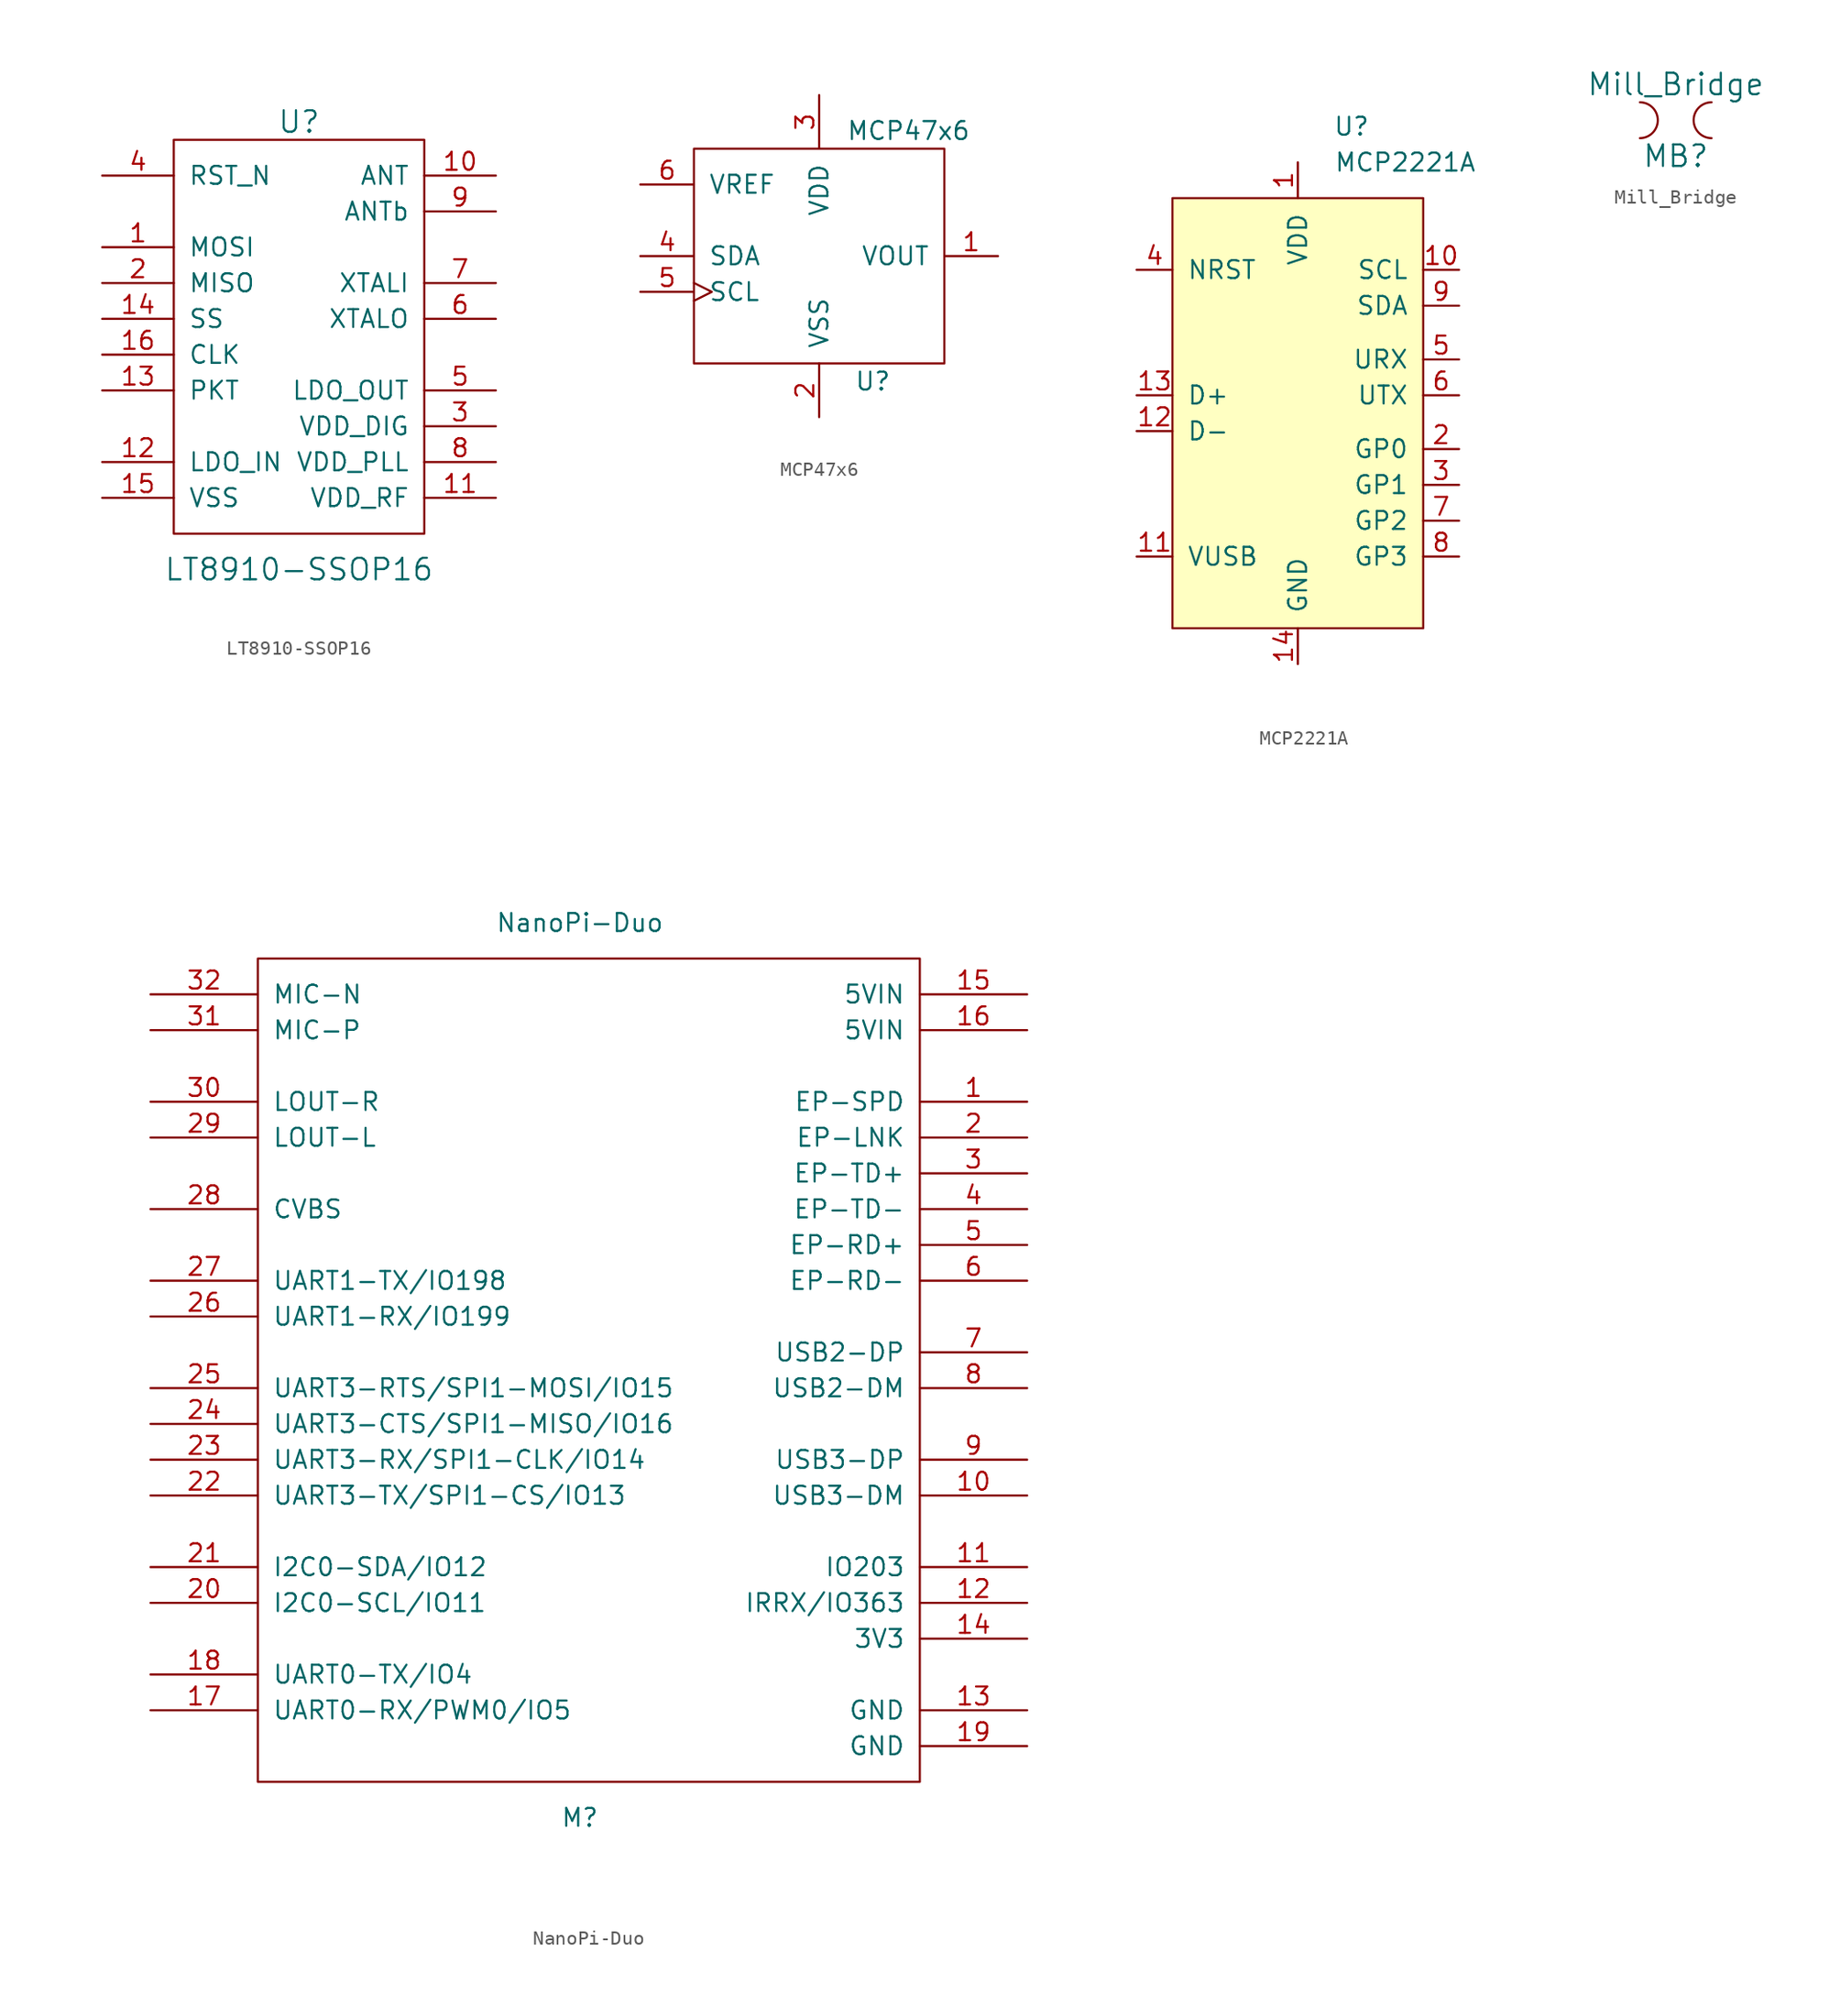
<source format=kicad_sym>
(kicad_symbol_lib
  (version 20211014)
  (generator kicad_symbol_editor)
  (symbol "Drake:LT8910-SSOP16"
    (pin_names
      (offset 1.016))
    (property "Reference" "U"
      (at 0 15.24 0)
      (effects (font (size 1.524 1.524))))
    (property "Value" "LT8910-SSOP16"
      (at 0 -16.51 0)
      (effects (font (size 1.524 1.524))))
    (property "Footprint" ""
      (at -1.27 -2.54 0)
      (effects (font (size 1.524 1.524))))
    (property "Datasheet" ""
      (at -1.27 -2.54 0)
      (effects (font (size 1.524 1.524))))
    (symbol "LT8910-SSOP16_0_1"
      (rectangle (start -8.89 13.97) (end 8.89 -13.97) (stroke (width 0) (type default) (color 0 0 0 0)) (fill (type none))))
    (symbol "LT8910-SSOP16_1_1"
      (pin input line (at -13.97 6.35 0) (length 5.08) (name "MOSI" (effects (font (size 1.27 1.27)))) (number "1" (effects (font (size 1.27 1.27)))))
      (pin output line (at 13.97 11.43 180) (length 5.08) (name "ANT" (effects (font (size 1.27 1.27)))) (number "10" (effects (font (size 1.27 1.27)))))
      (pin power_in line (at 13.97 -11.43 180) (length 5.08) (name "VDD_RF" (effects (font (size 1.27 1.27)))) (number "11" (effects (font (size 1.27 1.27)))))
      (pin power_in line (at -13.97 -8.89 0) (length 5.08) (name "LDO_IN" (effects (font (size 1.27 1.27)))) (number "12" (effects (font (size 1.27 1.27)))))
      (pin output line (at -13.97 -3.81 0) (length 5.08) (name "PKT" (effects (font (size 1.27 1.27)))) (number "13" (effects (font (size 1.27 1.27)))))
      (pin input line (at -13.97 1.27 0) (length 5.08) (name "SS" (effects (font (size 1.27 1.27)))) (number "14" (effects (font (size 1.27 1.27)))))
      (pin power_in line (at -13.97 -11.43 0) (length 5.08) (name "VSS" (effects (font (size 1.27 1.27)))) (number "15" (effects (font (size 1.27 1.27)))))
      (pin input line (at -13.97 -1.27 0) (length 5.08) (name "CLK" (effects (font (size 1.27 1.27)))) (number "16" (effects (font (size 1.27 1.27)))))
      (pin output line (at -13.97 3.81 0) (length 5.08) (name "MISO" (effects (font (size 1.27 1.27)))) (number "2" (effects (font (size 1.27 1.27)))))
      (pin power_in line (at 13.97 -6.35 180) (length 5.08) (name "VDD_DIG" (effects (font (size 1.27 1.27)))) (number "3" (effects (font (size 1.27 1.27)))))
      (pin input line (at -13.97 11.43 0) (length 5.08) (name "RST_N" (effects (font (size 1.27 1.27)))) (number "4" (effects (font (size 1.27 1.27)))))
      (pin power_out line (at 13.97 -3.81 180) (length 5.08) (name "LDO_OUT" (effects (font (size 1.27 1.27)))) (number "5" (effects (font (size 1.27 1.27)))))
      (pin bidirectional line (at 13.97 1.27 180) (length 5.08) (name "XTALO" (effects (font (size 1.27 1.27)))) (number "6" (effects (font (size 1.27 1.27)))))
      (pin bidirectional line (at 13.97 3.81 180) (length 5.08) (name "XTALI" (effects (font (size 1.27 1.27)))) (number "7" (effects (font (size 1.27 1.27)))))
      (pin power_in line (at 13.97 -8.89 180) (length 5.08) (name "VDD_PLL" (effects (font (size 1.27 1.27)))) (number "8" (effects (font (size 1.27 1.27)))))
      (pin output line (at 13.97 8.89 180) (length 5.08) (name "ANTb" (effects (font (size 1.27 1.27)))) (number "9" (effects (font (size 1.27 1.27)))))))
  (symbol "Drake:MCP47x6"
    (pin_names
      (offset 1.016))
    (property "Reference" "U"
      (at 3.81 -8.89 0)
      (effects (font (size 1.27 1.27))))
    (property "Value" "MCP47x6"
      (at 6.35 8.89 0)
      (effects (font (size 1.27 1.27))))
    (symbol "MCP47x6_1_0"
      (rectangle (start -8.89 -7.62) (end 8.89 7.62) (stroke (width 0) (type default) (color 0 0 0 0)) (fill (type none))))
    (symbol "MCP47x6_1_1"
      (pin output line (at 12.7 0 180) (length 3.81) (name "VOUT" (effects (font (size 1.27 1.27)))) (number "1" (effects (font (size 1.27 1.27)))))
      (pin power_in line (at 0 -11.43 90) (length 3.81) (name "VSS" (effects (font (size 1.27 1.27)))) (number "2" (effects (font (size 1.27 1.27)))))
      (pin power_in line (at 0 11.43 270) (length 3.81) (name "VDD" (effects (font (size 1.27 1.27)))) (number "3" (effects (font (size 1.27 1.27)))))
      (pin bidirectional line (at -12.7 0 0) (length 3.81) (name "SDA" (effects (font (size 1.27 1.27)))) (number "4" (effects (font (size 1.27 1.27)))))
      (pin bidirectional clock (at -12.7 -2.54 0) (length 3.81) (name "SCL" (effects (font (size 1.27 1.27)))) (number "5" (effects (font (size 1.27 1.27)))))
      (pin input line (at -12.7 5.08 0) (length 3.81) (name "VREF" (effects (font (size 1.27 1.27)))) (number "6" (effects (font (size 1.27 1.27)))))))
  (symbol "Drake:MCP2221A"
    (pin_names
      (offset 1.016))
    (property "Reference" "U"
      (at 3.81 20.32 0)
      (effects (font (size 1.27 1.27))))
    (property "Value" "MCP2221A"
      (at 7.62 17.78 0)
      (effects (font (size 1.27 1.27))))
    (symbol "MCP2221A_0_0"
      (pin power_in line (at 0 17.78 270) (length 2.54) (name "VDD" (effects (font (size 1.27 1.27)))) (number "1" (effects (font (size 1.27 1.27)))))
      (pin output line (at 11.43 10.16 180) (length 2.54) (name "SCL" (effects (font (size 1.27 1.27)))) (number "10" (effects (font (size 1.27 1.27)))))
      (pin bidirectional line (at -11.43 -10.16 0) (length 2.54) (name "VUSB" (effects (font (size 1.27 1.27)))) (number "11" (effects (font (size 1.27 1.27)))))
      (pin bidirectional line (at -11.43 -1.27 0) (length 2.54) (name "D-" (effects (font (size 1.27 1.27)))) (number "12" (effects (font (size 1.27 1.27)))))
      (pin bidirectional line (at -11.43 1.27 0) (length 2.54) (name "D+" (effects (font (size 1.27 1.27)))) (number "13" (effects (font (size 1.27 1.27)))))
      (pin power_in line (at 0 -17.78 90) (length 2.54) (name "GND" (effects (font (size 1.27 1.27)))) (number "14" (effects (font (size 1.27 1.27)))))
      (pin bidirectional line (at 11.43 -2.54 180) (length 2.54) (name "GP0" (effects (font (size 1.27 1.27)))) (number "2" (effects (font (size 1.27 1.27)))))
      (pin bidirectional line (at 11.43 -5.08 180) (length 2.54) (name "GP1" (effects (font (size 1.27 1.27)))) (number "3" (effects (font (size 1.27 1.27)))))
      (pin input line (at -11.43 10.16 0) (length 2.54) (name "NRST" (effects (font (size 1.27 1.27)))) (number "4" (effects (font (size 1.27 1.27)))))
      (pin input line (at 11.43 3.81 180) (length 2.54) (name "URX" (effects (font (size 1.27 1.27)))) (number "5" (effects (font (size 1.27 1.27)))))
      (pin output line (at 11.43 1.27 180) (length 2.54) (name "UTX" (effects (font (size 1.27 1.27)))) (number "6" (effects (font (size 1.27 1.27)))))
      (pin bidirectional line (at 11.43 -7.62 180) (length 2.54) (name "GP2" (effects (font (size 1.27 1.27)))) (number "7" (effects (font (size 1.27 1.27)))))
      (pin bidirectional line (at 11.43 -10.16 180) (length 2.54) (name "GP3" (effects (font (size 1.27 1.27)))) (number "8" (effects (font (size 1.27 1.27)))))
      (pin bidirectional line (at 11.43 7.62 180) (length 2.54) (name "SDA" (effects (font (size 1.27 1.27)))) (number "9" (effects (font (size 1.27 1.27))))))
    (symbol "MCP2221A_0_1"
      (rectangle (start -8.89 15.24) (end 8.89 -15.24) (stroke (width 0) (type default) (color 0 0 0 0)) (fill (type background)))))
  (symbol "Drake:Mill_Bridge"
    (pin_names
      (offset 1.016))
    (property "Reference" "MB"
      (at 0 -2.54 0)
      (effects (font (size 1.524 1.524))))
    (property "Value" "Mill_Bridge"
      (at 0 2.54 0)
      (effects (font (size 1.524 1.524))))
    (symbol "Mill_Bridge_0_1"
      (arc (start -2.54 -1.27) (mid -1.27 0) (end -2.54 1.27) (stroke (width 0) (type default) (color 0 0 0 0)) (fill (type none)))
      (arc (start 2.54 1.27) (mid 1.27 0) (end 2.54 -1.27) (stroke (width 0) (type default) (color 0 0 0 0)) (fill (type none)))))
  (symbol "Drake:NanoPi-Duo"
    (pin_names
      (offset 1.016))
    (property "Reference" "M"
      (at 0 -33.02 0)
      (effects (font (size 1.27 1.27))))
    (property "Value" "NanoPi-Duo"
      (at 0 30.48 0)
      (effects (font (size 1.27 1.27))))
    (symbol "NanoPi-Duo_1_0"
      (rectangle (start -22.86 -30.48) (end 24.13 27.94) (stroke (width 0) (type default) (color 0 0 0 0)) (fill (type none))))
    (symbol "NanoPi-Duo_1_1"
      (pin bidirectional line (at 31.75 17.78 180) (length 7.62) (name "EP-SPD" (effects (font (size 1.27 1.27)))) (number "1" (effects (font (size 1.27 1.27)))))
      (pin bidirectional line (at 31.75 -10.16 180) (length 7.62) (name "USB3-DM" (effects (font (size 1.27 1.27)))) (number "10" (effects (font (size 1.27 1.27)))))
      (pin bidirectional line (at 31.75 -15.24 180) (length 7.62) (name "IO203" (effects (font (size 1.27 1.27)))) (number "11" (effects (font (size 1.27 1.27)))))
      (pin bidirectional line (at 31.75 -17.78 180) (length 7.62) (name "IRRX/IO363" (effects (font (size 1.27 1.27)))) (number "12" (effects (font (size 1.27 1.27)))))
      (pin bidirectional line (at 31.75 -25.4 180) (length 7.62) (name "GND" (effects (font (size 1.27 1.27)))) (number "13" (effects (font (size 1.27 1.27)))))
      (pin bidirectional line (at 31.75 -20.32 180) (length 7.62) (name "3V3" (effects (font (size 1.27 1.27)))) (number "14" (effects (font (size 1.27 1.27)))))
      (pin bidirectional line (at 31.75 25.4 180) (length 7.62) (name "5VIN" (effects (font (size 1.27 1.27)))) (number "15" (effects (font (size 1.27 1.27)))))
      (pin bidirectional line (at 31.75 22.86 180) (length 7.62) (name "5VIN" (effects (font (size 1.27 1.27)))) (number "16" (effects (font (size 1.27 1.27)))))
      (pin bidirectional line (at -30.48 -25.4 0) (length 7.62) (name "UART0-RX/PWM0/IO5" (effects (font (size 1.27 1.27)))) (number "17" (effects (font (size 1.27 1.27)))))
      (pin bidirectional line (at -30.48 -22.86 0) (length 7.62) (name "UART0-TX/IO4" (effects (font (size 1.27 1.27)))) (number "18" (effects (font (size 1.27 1.27)))))
      (pin bidirectional line (at 31.75 -27.94 180) (length 7.62) (name "GND" (effects (font (size 1.27 1.27)))) (number "19" (effects (font (size 1.27 1.27)))))
      (pin bidirectional line (at 31.75 15.24 180) (length 7.62) (name "EP-LNK" (effects (font (size 1.27 1.27)))) (number "2" (effects (font (size 1.27 1.27)))))
      (pin bidirectional line (at -30.48 -17.78 0) (length 7.62) (name "I2C0-SCL/IO11" (effects (font (size 1.27 1.27)))) (number "20" (effects (font (size 1.27 1.27)))))
      (pin bidirectional line (at -30.48 -15.24 0) (length 7.62) (name "I2C0-SDA/IO12" (effects (font (size 1.27 1.27)))) (number "21" (effects (font (size 1.27 1.27)))))
      (pin bidirectional line (at -30.48 -10.16 0) (length 7.62) (name "UART3-TX/SPI1-CS/IO13" (effects (font (size 1.27 1.27)))) (number "22" (effects (font (size 1.27 1.27)))))
      (pin bidirectional line (at -30.48 -7.62 0) (length 7.62) (name "UART3-RX/SPI1-CLK/IO14" (effects (font (size 1.27 1.27)))) (number "23" (effects (font (size 1.27 1.27)))))
      (pin bidirectional line (at -30.48 -5.08 0) (length 7.62) (name "UART3-CTS/SPI1-MISO/IO16" (effects (font (size 1.27 1.27)))) (number "24" (effects (font (size 1.27 1.27)))))
      (pin bidirectional line (at -30.48 -2.54 0) (length 7.62) (name "UART3-RTS/SPI1-MOSI/IO15" (effects (font (size 1.27 1.27)))) (number "25" (effects (font (size 1.27 1.27)))))
      (pin bidirectional line (at -30.48 2.54 0) (length 7.62) (name "UART1-RX/IO199" (effects (font (size 1.27 1.27)))) (number "26" (effects (font (size 1.27 1.27)))))
      (pin bidirectional line (at -30.48 5.08 0) (length 7.62) (name "UART1-TX/IO198" (effects (font (size 1.27 1.27)))) (number "27" (effects (font (size 1.27 1.27)))))
      (pin bidirectional line (at -30.48 10.16 0) (length 7.62) (name "CVBS" (effects (font (size 1.27 1.27)))) (number "28" (effects (font (size 1.27 1.27)))))
      (pin bidirectional line (at -30.48 15.24 0) (length 7.62) (name "LOUT-L" (effects (font (size 1.27 1.27)))) (number "29" (effects (font (size 1.27 1.27)))))
      (pin bidirectional line (at 31.75 12.7 180) (length 7.62) (name "EP-TD+" (effects (font (size 1.27 1.27)))) (number "3" (effects (font (size 1.27 1.27)))))
      (pin bidirectional line (at -30.48 17.78 0) (length 7.62) (name "LOUT-R" (effects (font (size 1.27 1.27)))) (number "30" (effects (font (size 1.27 1.27)))))
      (pin bidirectional line (at -30.48 22.86 0) (length 7.62) (name "MIC-P" (effects (font (size 1.27 1.27)))) (number "31" (effects (font (size 1.27 1.27)))))
      (pin bidirectional line (at -30.48 25.4 0) (length 7.62) (name "MIC-N" (effects (font (size 1.27 1.27)))) (number "32" (effects (font (size 1.27 1.27)))))
      (pin bidirectional line (at 31.75 10.16 180) (length 7.62) (name "EP-TD-" (effects (font (size 1.27 1.27)))) (number "4" (effects (font (size 1.27 1.27)))))
      (pin bidirectional line (at 31.75 7.62 180) (length 7.62) (name "EP-RD+" (effects (font (size 1.27 1.27)))) (number "5" (effects (font (size 1.27 1.27)))))
      (pin bidirectional line (at 31.75 5.08 180) (length 7.62) (name "EP-RD-" (effects (font (size 1.27 1.27)))) (number "6" (effects (font (size 1.27 1.27)))))
      (pin bidirectional line (at 31.75 0 180) (length 7.62) (name "USB2-DP" (effects (font (size 1.27 1.27)))) (number "7" (effects (font (size 1.27 1.27)))))
      (pin bidirectional line (at 31.75 -2.54 180) (length 7.62) (name "USB2-DM" (effects (font (size 1.27 1.27)))) (number "8" (effects (font (size 1.27 1.27)))))
      (pin bidirectional line (at 31.75 -7.62 180) (length 7.62) (name "USB3-DP" (effects (font (size 1.27 1.27)))) (number "9" (effects (font (size 1.27 1.27))))))))
</source>
